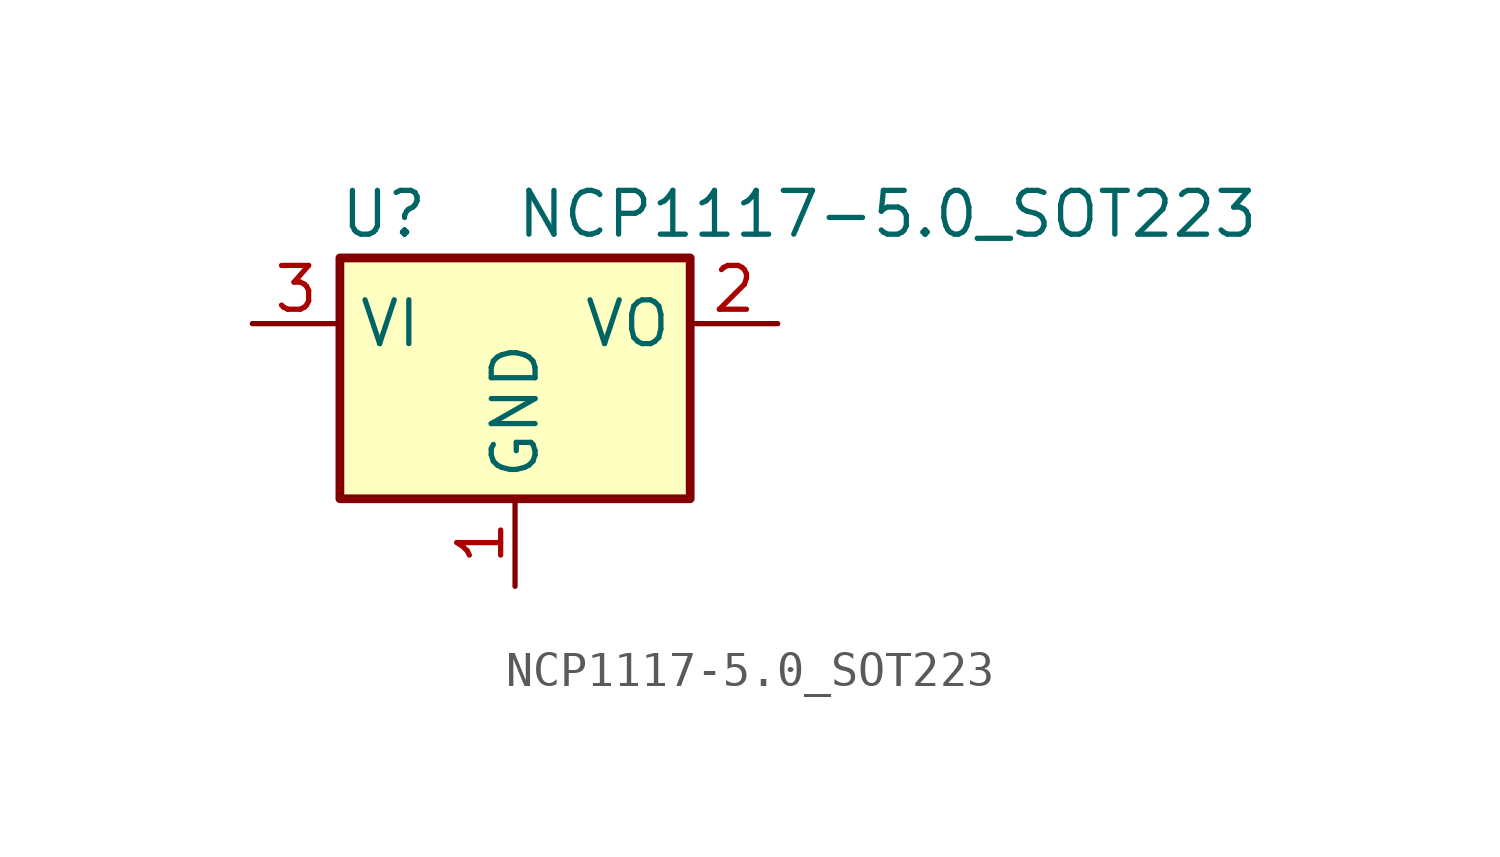
<source format=kicad_sym>
(kicad_symbol_lib
  (version 20220914)
  (generator kicad_symbol_editor)
  (symbol "NCP1117-5.0_SOT223"
    (property "Reference" "U"
      (at -3.81 3.175 0)
      (effects (font (size 1.27 1.27))))
    (property "Value" "NCP1117-5.0_SOT223"
      (at 0 3.175 0)
      (effects (font (size 1.27 1.27)) (justify left)))
    (symbol "NCP1117-5.0_SOT223_0_1"
      (rectangle (start -5.08 -5.08) (end 5.08 1.905) (stroke (width 0.254) (type default)) (fill (type background))))
    (symbol "NCP1117-5.0_SOT223_1_1"
      (pin power_in line (at 0 -7.62 90) (length 2.54) (name "GND" (effects (font (size 1.27 1.27)))) (number "1" (effects (font (size 1.27 1.27)))))
      (pin passive line (at 7.62 0 180) (length 2.54) (name "VO" (effects (font (size 1.27 1.27)))) (number "2" (effects (font (size 1.27 1.27)))))
      (pin power_in line (at -7.62 0 0) (length 2.54) (name "VI" (effects (font (size 1.27 1.27)))) (number "3" (effects (font (size 1.27 1.27))))))))
</source>
